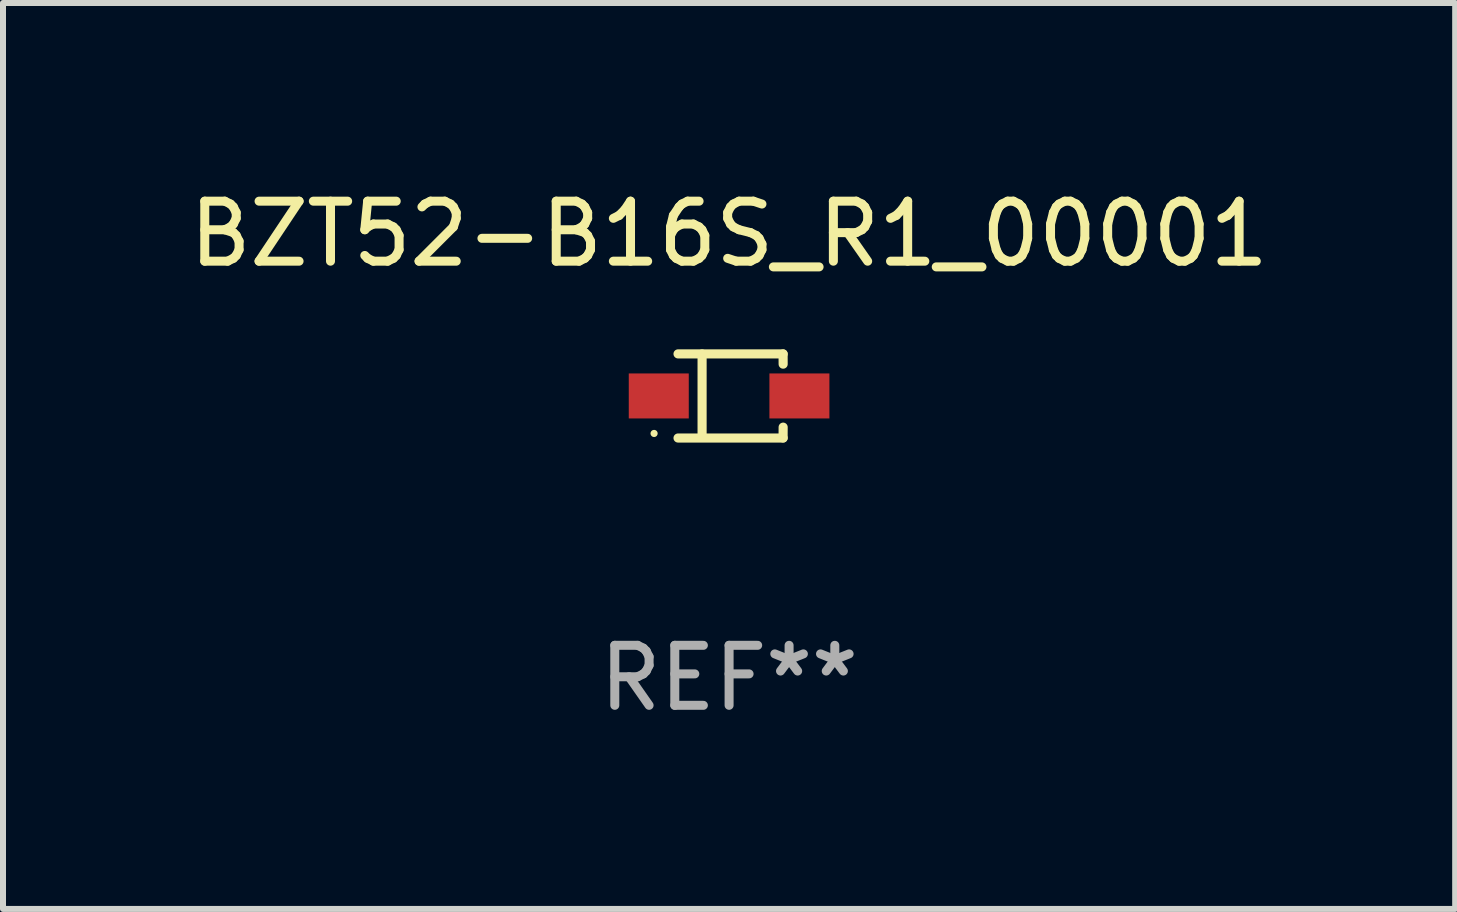
<source format=kicad_pcb>
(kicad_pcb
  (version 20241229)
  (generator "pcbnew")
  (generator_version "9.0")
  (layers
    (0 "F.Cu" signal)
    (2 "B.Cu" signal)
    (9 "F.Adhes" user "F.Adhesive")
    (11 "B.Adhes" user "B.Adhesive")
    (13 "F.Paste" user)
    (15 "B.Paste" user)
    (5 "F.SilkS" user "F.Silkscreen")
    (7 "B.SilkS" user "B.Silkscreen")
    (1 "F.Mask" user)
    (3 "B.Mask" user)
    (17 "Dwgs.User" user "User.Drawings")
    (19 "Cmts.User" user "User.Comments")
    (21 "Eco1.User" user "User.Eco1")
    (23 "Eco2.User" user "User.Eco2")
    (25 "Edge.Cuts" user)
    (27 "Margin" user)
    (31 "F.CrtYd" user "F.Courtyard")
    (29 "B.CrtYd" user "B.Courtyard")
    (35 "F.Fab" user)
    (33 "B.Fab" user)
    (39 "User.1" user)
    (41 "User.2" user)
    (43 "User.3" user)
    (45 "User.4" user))
  (footprint "BZT52-B16S_R1_00001"
    (layer "F.Cu")
    (at 9.101 3.549)
    (property "Reference" "BZT52-B16S_R1_00001" (at 0 -2.701 0) (layer "F.SilkS") (effects (font (size 1 1) (thickness 0.15))))
    (attr through_hole)
    (fp_line (start -0.851 -0.701) (end 0.901 -0.701) (stroke (width 0.152) (type solid)) (layer "F.SilkS"))
    (fp_line (start -0.851 0.701) (end 0.901 0.701) (stroke (width 0.152) (type solid)) (layer "F.SilkS"))
    (fp_line (start -0.45 -0.7) (end -0.45 0.69) (stroke (width 0.152) (type solid)) (layer "F.SilkS"))
    (fp_line (start 0.9 -0.7) (end 0.901 -0.53) (stroke (width 0.152) (type solid)) (layer "F.SilkS"))
    (fp_line (start 0.9 0.7) (end 0.901 0.52) (stroke (width 0.152) (type solid)) (layer "F.SilkS"))
    (fp_circle (center -1.25 0.625) (end -1.22 0.625) (stroke (width 0.06) (type solid)) (fill no) (layer "F.SilkS"))
    (fp_text user "REF**" (at 0 4.701 0) (layer "F.Fab") (effects (font (size 1 1) (thickness 0.15))))
    (pad "1" smd rect (at -1.172 -0.000102) (size 1 0.75) (layers "F.Cu" "F.Mask" "F.Paste"))
    (pad "2" smd rect (at 1.172 -0.000102) (size 1 0.75) (layers "F.Cu" "F.Mask" "F.Paste")))
  (gr_rect
    (start -3 -3)
    (end 21.202 12.098)
    (stroke (width 0.1) (type default))
    (fill no)
    (layer "Edge.Cuts")))
</source>
